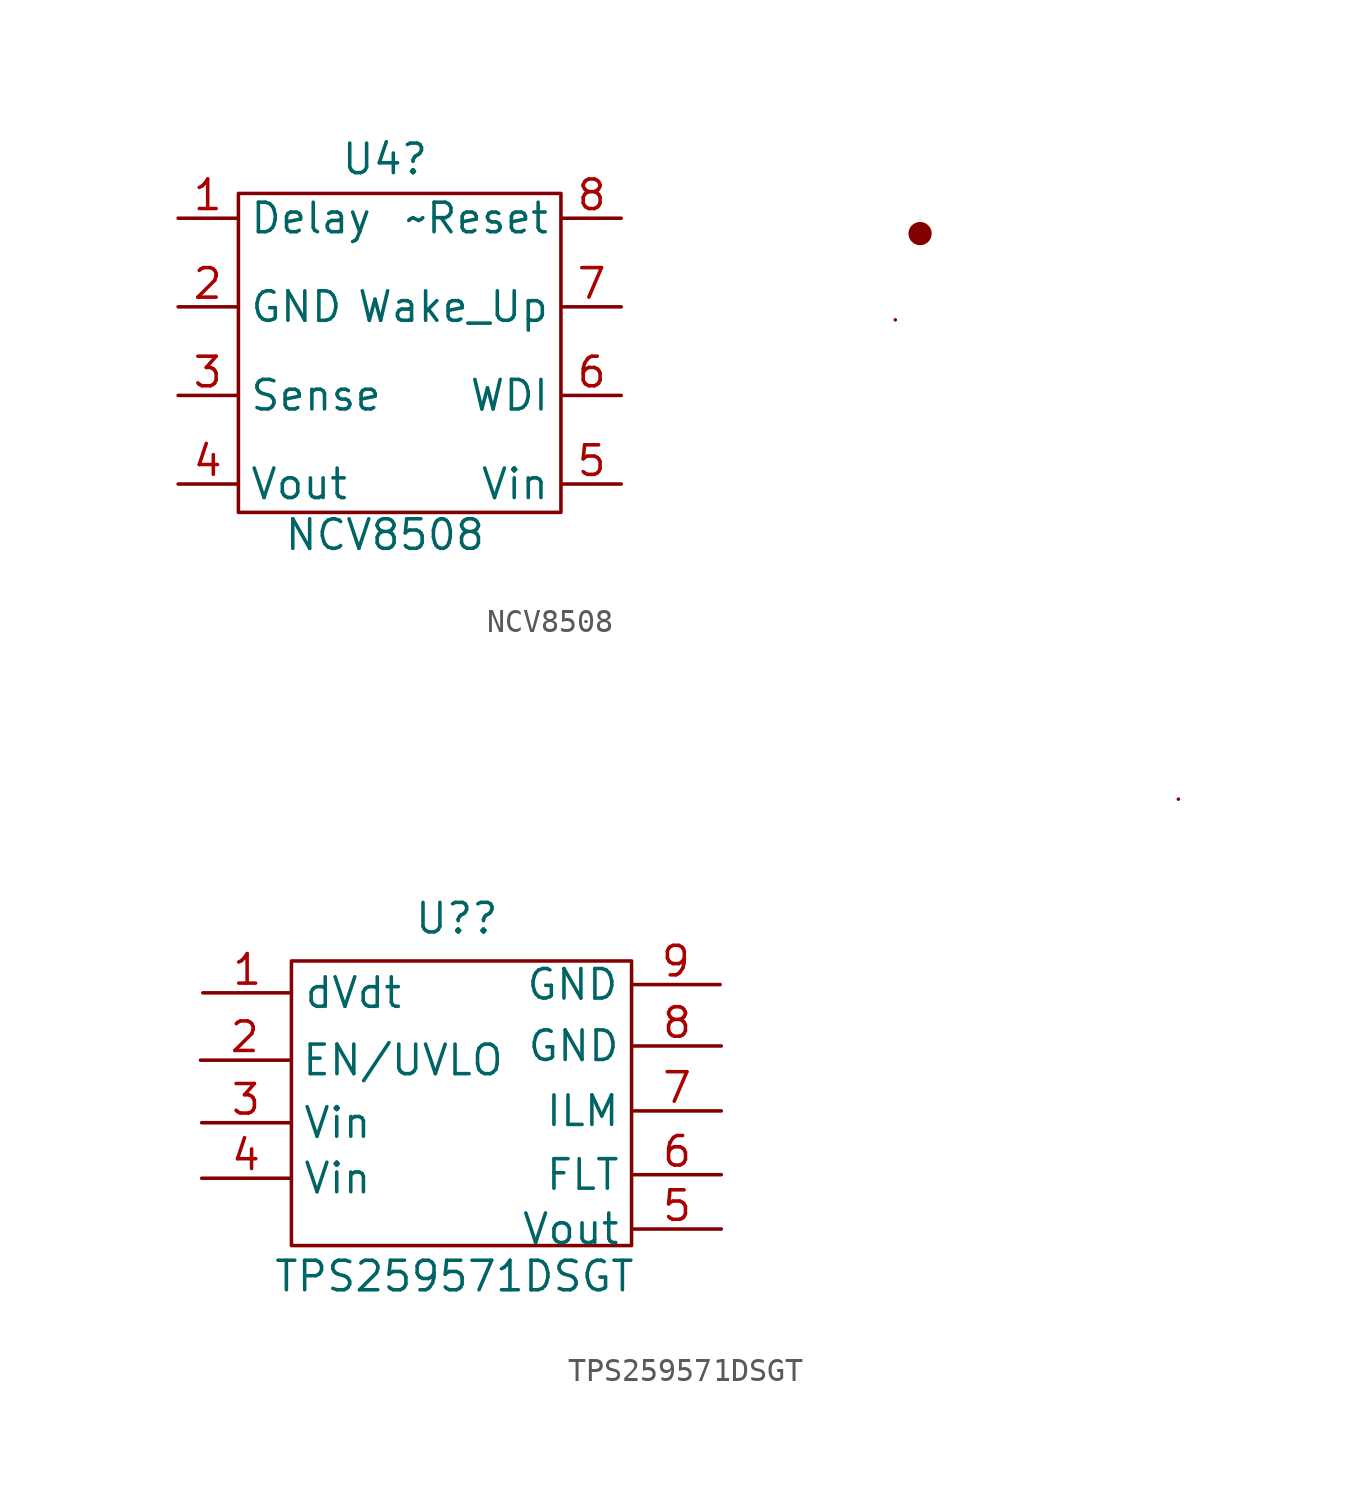
<source format=kicad_sym>
(kicad_symbol_lib
  (version 20211014)
  (generator kicad_symbol_editor)
  (symbol "NCV8508"
    (property "Reference" "U4"
      (at 0 8.89 0)
      (effects (font (size 1.27 1.27))))
    (property "Value" "NCV8508"
      (at 0 -7.264 0)
      (effects (font (size 1.27 1.27))))
    (symbol "NCV8508_0_1"
      (rectangle (start -6.299 7.417) (end 7.569 -6.299) (stroke (width 0) (type default) (color 0 0 0 0)) (fill (type none)))
      (rectangle (start 21.946 1.981) (end 21.946 1.981) (stroke (width 0) (type default) (color 0 0 0 0)) (fill (type none)))
      (rectangle (start 23.012 5.69) (end 23.012 5.69) (stroke (width 0) (type default) (color 0 0 0 0)) (fill (type none)))
      (rectangle (start 23.012 5.69) (end 23.012 5.69) (stroke (width 0) (type default) (color 0 0 0 0)) (fill (type none)))
      (rectangle (start 23.012 5.69) (end 23.012 5.69) (stroke (width 0) (type default) (color 0 0 0 0)) (fill (type none)))
      (rectangle (start 23.012 5.69) (end 23.012 5.69) (stroke (width 0) (type default) (color 0 0 0 0)) (fill (type none)))
      (rectangle (start 23.012 5.69) (end 23.012 5.69) (stroke (width 0) (type default) (color 0 0 0 0)) (fill (type none)))
      (rectangle (start 23.012 5.69) (end 23.012 5.69) (stroke (width 0) (type default) (color 0 0 0 0)) (fill (type none)))
      (rectangle (start 23.012 5.69) (end 23.012 5.69) (stroke (width 0) (type default) (color 0 0 0 0)) (fill (type none)))
      (rectangle (start 23.012 5.69) (end 23.012 5.69) (stroke (width 0) (type default) (color 0 0 0 0)) (fill (type none)))
      (rectangle (start 23.012 5.69) (end 23.012 5.69) (stroke (width 0) (type default) (color 0 0 0 0)) (fill (type none)))
      (rectangle (start 23.012 5.69) (end 23.012 5.69) (stroke (width 0) (type default) (color 0 0 0 0)) (fill (type none)))
      (rectangle (start 23.012 5.69) (end 23.012 5.69) (stroke (width 0) (type default) (color 0 0 0 0)) (fill (type none)))
      (rectangle (start 23.012 5.69) (end 23.012 5.69) (stroke (width 0) (type default) (color 0 0 0 0)) (fill (type none)))
      (rectangle (start 23.012 5.69) (end 23.012 5.69) (stroke (width 0) (type default) (color 0 0 0 0)) (fill (type none)))
      (rectangle (start 23.012 5.69) (end 23.012 5.69) (stroke (width 0) (type default) (color 0 0 0 0)) (fill (type none)))
      (rectangle (start 23.012 5.69) (end 23.012 5.69) (stroke (width 0) (type default) (color 0 0 0 0)) (fill (type none)))
      (arc (start 23.0124 5.6896) (mid 23.0124 5.6896) (end 23.0124 5.6896) (stroke (width 0) (type default) (color 0 0 0 0)) (fill (type none)))
      (arc (start 23.0124 5.6896) (mid 23.0124 5.6896) (end 23.0124 5.6896) (stroke (width 0) (type default) (color 0 0 0 0)) (fill (type none)))
      (arc (start 23.0124 5.6896) (mid 23.0124 5.6896) (end 23.0124 5.6896) (stroke (width 0) (type default) (color 0 0 0 0)) (fill (type none)))
      (arc (start 23.0124 5.6896) (mid 23.0124 5.6896) (end 23.0124 5.6896) (stroke (width 0) (type default) (color 0 0 0 0)) (fill (type none)))
      (arc (start 23.0124 5.6896) (mid 23.0124 5.6896) (end 23.0124 5.6896) (stroke (width 0) (type default) (color 0 0 0 0)) (fill (type none)))
      (arc (start 23.0124 5.6896) (mid 23.0124 5.6896) (end 23.0124 5.6896) (stroke (width 0) (type default) (color 0 0 0 0)) (fill (type none)))
      (arc (start 23.0124 5.6896) (mid 23.0124 5.6896) (end 23.0124 5.6896) (stroke (width 0) (type default) (color 0 0 0 0)) (fill (type none)))
      (arc (start 23.0124 5.6896) (mid 23.0124 5.6896) (end 23.0124 5.6896) (stroke (width 0.5) (type default) (color 0 0 0 0)) (fill (type outline)))
      (arc (start 23.0124 5.6896) (mid 23.0124 5.6896) (end 23.0124 5.6896) (stroke (width 1) (type default) (color 0 0 0 0)) (fill (type none))))
    (symbol "NCV8508_1_1"
      (pin unspecified line (at -8.89 6.35 0) (length 2.54) (name "Delay" (effects (font (size 1.27 1.27)))) (number "1" (effects (font (size 1.27 1.27)))))
      (pin unspecified line (at -8.89 2.54 0) (length 2.54) (name "GND" (effects (font (size 1.27 1.27)))) (number "2" (effects (font (size 1.27 1.27)))))
      (pin unspecified line (at -8.89 -1.27 0) (length 2.54) (name "Sense" (effects (font (size 1.27 1.27)))) (number "3" (effects (font (size 1.27 1.27)))))
      (pin unspecified line (at -8.89 -5.08 0) (length 2.54) (name "Vout" (effects (font (size 1.27 1.27)))) (number "4" (effects (font (size 1.27 1.27)))))
      (pin unspecified line (at 10.16 -5.08 180) (length 2.54) (name "Vin" (effects (font (size 1.27 1.27)))) (number "5" (effects (font (size 1.27 1.27)))))
      (pin unspecified line (at 10.16 -1.27 180) (length 2.54) (name "WDI" (effects (font (size 1.27 1.27)))) (number "6" (effects (font (size 1.27 1.27)))))
      (pin unspecified line (at 10.16 2.54 180) (length 2.54) (name "Wake_Up" (effects (font (size 1.27 1.27)))) (number "7" (effects (font (size 1.27 1.27)))))
      (pin unspecified line (at 10.16 6.35 180) (length 2.54) (name "~Reset" (effects (font (size 1.27 1.27)))) (number "8" (effects (font (size 1.27 1.27)))))))
  (symbol "TPS259571DSGT"
    (property "Reference" "U?"
      (at 0 7.62 0)
      (effects (font (size 1.27 1.27))))
    (property "Value" "TPS259571DSGT"
      (at -0.102 -7.772 0)
      (effects (font (size 1.27 1.27))))
    (symbol "TPS259571DSGT_0_1"
      (rectangle (start -7.112 5.791) (end 7.518 -6.452) (stroke (width 0) (type default) (color 0 0 0 0)) (fill (type none)))
      (rectangle (start 31.039 12.751) (end 31.039 12.751) (stroke (width 0) (type default) (color 0 0 0 0)) (fill (type none))))
    (symbol "TPS259571DSGT_1_1"
      (pin passive line (at -10.922 4.42 0) (length 3.81) (name "dVdt" (effects (font (size 1.27 1.27)))) (number "1" (effects (font (size 1.27 1.27)))))
      (pin passive line (at -11.024 1.524 0) (length 3.81) (name "EN/UVLO" (effects (font (size 1.27 1.27)))) (number "2" (effects (font (size 1.27 1.27)))))
      (pin passive line (at -10.973 -1.168 0) (length 3.81) (name "Vin" (effects (font (size 1.27 1.27)))) (number "3" (effects (font (size 1.27 1.27)))))
      (pin passive line (at -10.973 -3.556 0) (length 3.81) (name "Vin" (effects (font (size 1.27 1.27)))) (number "4" (effects (font (size 1.27 1.27)))))
      (pin passive line (at 11.379 -5.74 180) (length 3.81) (name "Vout" (effects (font (size 1.27 1.27)))) (number "5" (effects (font (size 1.27 1.27)))))
      (pin passive line (at 11.379 -3.404 180) (length 3.81) (name "FLT" (effects (font (size 1.27 1.27)))) (number "6" (effects (font (size 1.27 1.27)))))
      (pin passive line (at 11.379 -0.66 180) (length 3.81) (name "ILM" (effects (font (size 1.27 1.27)))) (number "7" (effects (font (size 1.27 1.27)))))
      (pin passive line (at 11.379 2.134 180) (length 3.81) (name "GND" (effects (font (size 1.27 1.27)))) (number "8" (effects (font (size 1.27 1.27)))))
      (pin passive line (at 11.328 4.775 180) (length 3.81) (name "GND" (effects (font (size 1.27 1.27)))) (number "9" (effects (font (size 1.27 1.27))))))))
</source>
